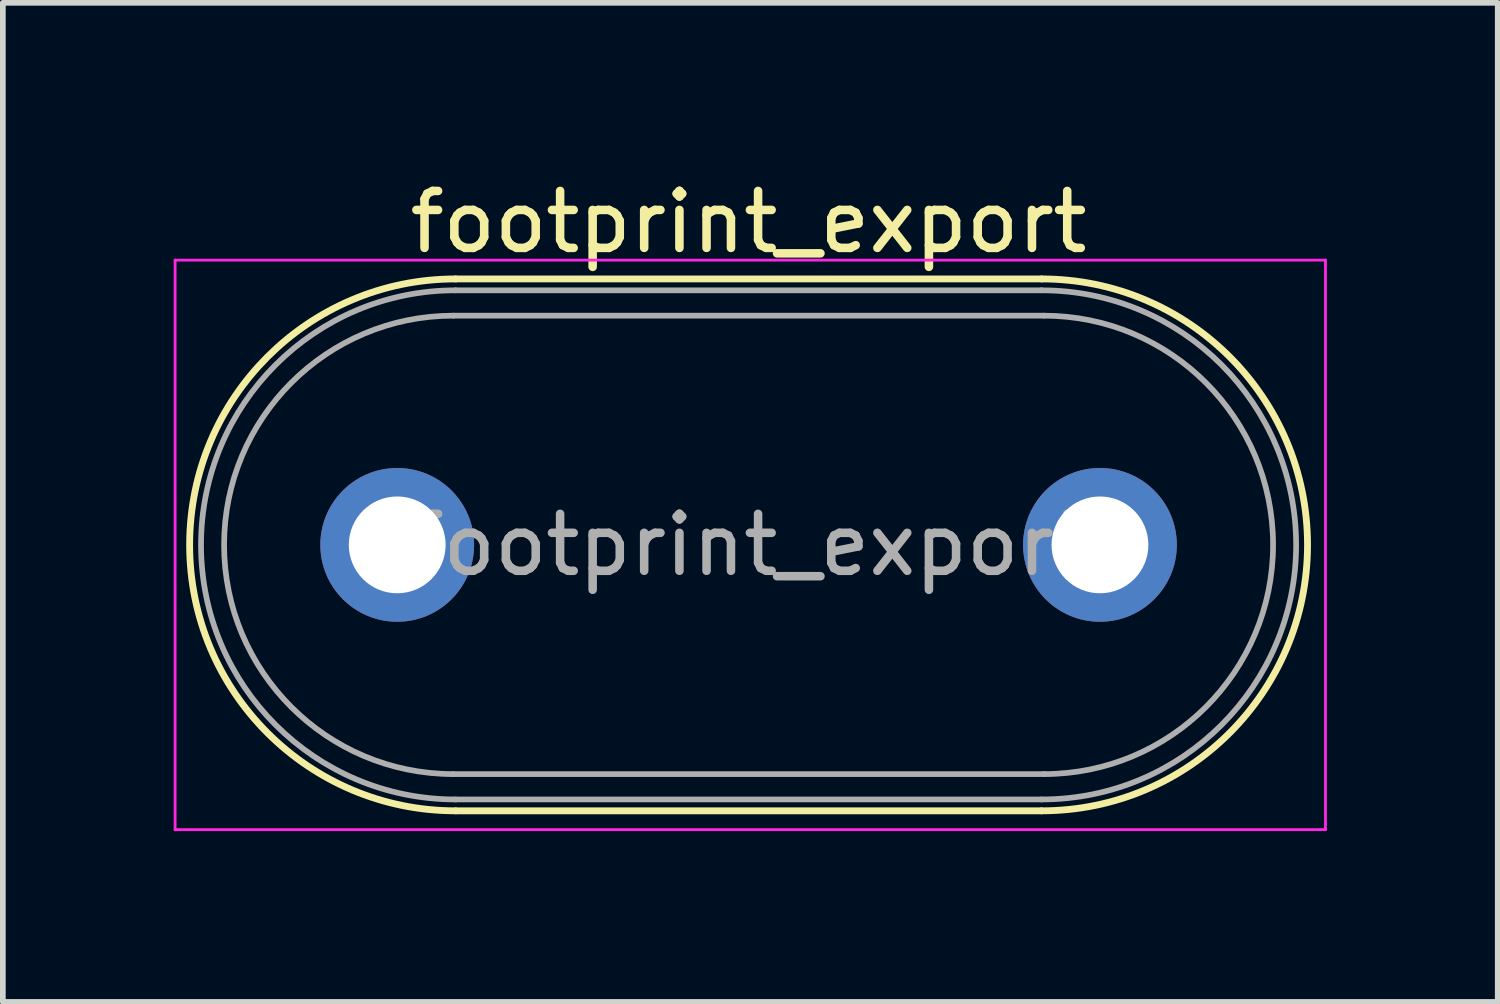
<source format=kicad_pcb>
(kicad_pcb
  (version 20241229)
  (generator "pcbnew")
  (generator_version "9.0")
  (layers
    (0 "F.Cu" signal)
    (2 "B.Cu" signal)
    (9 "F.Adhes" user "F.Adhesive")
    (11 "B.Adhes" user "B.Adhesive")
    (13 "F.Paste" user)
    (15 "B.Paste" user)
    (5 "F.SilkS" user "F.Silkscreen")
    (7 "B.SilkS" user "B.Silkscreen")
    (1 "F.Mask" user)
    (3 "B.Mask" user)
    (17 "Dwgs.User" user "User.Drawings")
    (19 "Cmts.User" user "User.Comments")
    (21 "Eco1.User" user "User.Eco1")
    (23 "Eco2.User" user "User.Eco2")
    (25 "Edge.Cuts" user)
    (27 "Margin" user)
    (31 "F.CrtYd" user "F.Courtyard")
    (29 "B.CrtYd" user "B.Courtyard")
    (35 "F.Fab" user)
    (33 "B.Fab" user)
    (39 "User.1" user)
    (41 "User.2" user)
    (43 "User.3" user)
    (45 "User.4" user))
  (footprint "footprint_export"
    (layer "F.Cu")
    (at 3.925 6.518)
    (property "Reference" "footprint_export" (at 6.17 -5.67 0) (layer "F.SilkS") (effects (font (size 1 1) (thickness 0.15))))
    (attr through_hole)
    (fp_line (start 1.025 -4.67) (end 11.315 -4.67) (stroke (width 0.12) (type solid)) (layer "F.SilkS"))
    (fp_line (start 1.025 4.67) (end 11.315 4.67) (stroke (width 0.12) (type solid)) (layer "F.SilkS"))
    (fp_arc (start 1.025 4.67) (mid -3.645 0) (end 1.025 -4.67) (stroke (width 0.12) (type solid)) (layer "F.SilkS"))
    (fp_arc (start 11.315 -4.67) (mid 15.985 0) (end 11.315 4.67) (stroke (width 0.12) (type solid)) (layer "F.SilkS"))
    (fp_line (start -3.9 -5) (end -3.9 5) (stroke (width 0.05) (type solid)) (layer "F.CrtYd"))
    (fp_line (start -3.9 5) (end 16.3 5) (stroke (width 0.05) (type solid)) (layer "F.CrtYd"))
    (fp_line (start 16.3 -5) (end -3.9 -5) (stroke (width 0.05) (type solid)) (layer "F.CrtYd"))
    (fp_line (start 16.3 5) (end 16.3 -5) (stroke (width 0.05) (type solid)) (layer "F.CrtYd"))
    (fp_line (start 0.985 -4.025) (end 11.355 -4.025) (stroke (width 0.1) (type solid)) (layer "F.Fab"))
    (fp_line (start 0.985 4.025) (end 11.355 4.025) (stroke (width 0.1) (type solid)) (layer "F.Fab"))
    (fp_line (start 1.025 -4.47) (end 11.315 -4.47) (stroke (width 0.1) (type solid)) (layer "F.Fab"))
    (fp_line (start 1.025 4.47) (end 11.315 4.47) (stroke (width 0.1) (type solid)) (layer "F.Fab"))
    (fp_arc (start 0.985 4.025) (mid -3.04 0) (end 0.985 -4.025) (stroke (width 0.1) (type solid)) (layer "F.Fab"))
    (fp_arc (start 1.025 4.47) (mid -3.445 0) (end 1.025 -4.47) (stroke (width 0.1) (type solid)) (layer "F.Fab"))
    (fp_arc (start 11.315 -4.47) (mid 15.785 0) (end 11.315 4.47) (stroke (width 0.1) (type solid)) (layer "F.Fab"))
    (fp_arc (start 11.355 -4.025) (mid 15.38 0) (end 11.355 4.025) (stroke (width 0.1) (type solid)) (layer "F.Fab"))
    (fp_text user "${REFERENCE}" (at 6.17 0 0) (layer "F.Fab") (effects (font (size 1 1) (thickness 0.15))))
    (pad "1" thru_hole circle (at 0 0) (size 2.7 2.7) (drill 1.7) (layers "*.Cu" "*.Mask"))
    (pad "2" thru_hole circle (at 12.34 0) (size 2.7 2.7) (drill 1.7) (layers "*.Cu" "*.Mask")))
  (gr_rect
    (start -3 -3)
    (end 23.25 14.543)
    (stroke (width 0.1) (type default))
    (fill no)
    (layer "Edge.Cuts")))
</source>
